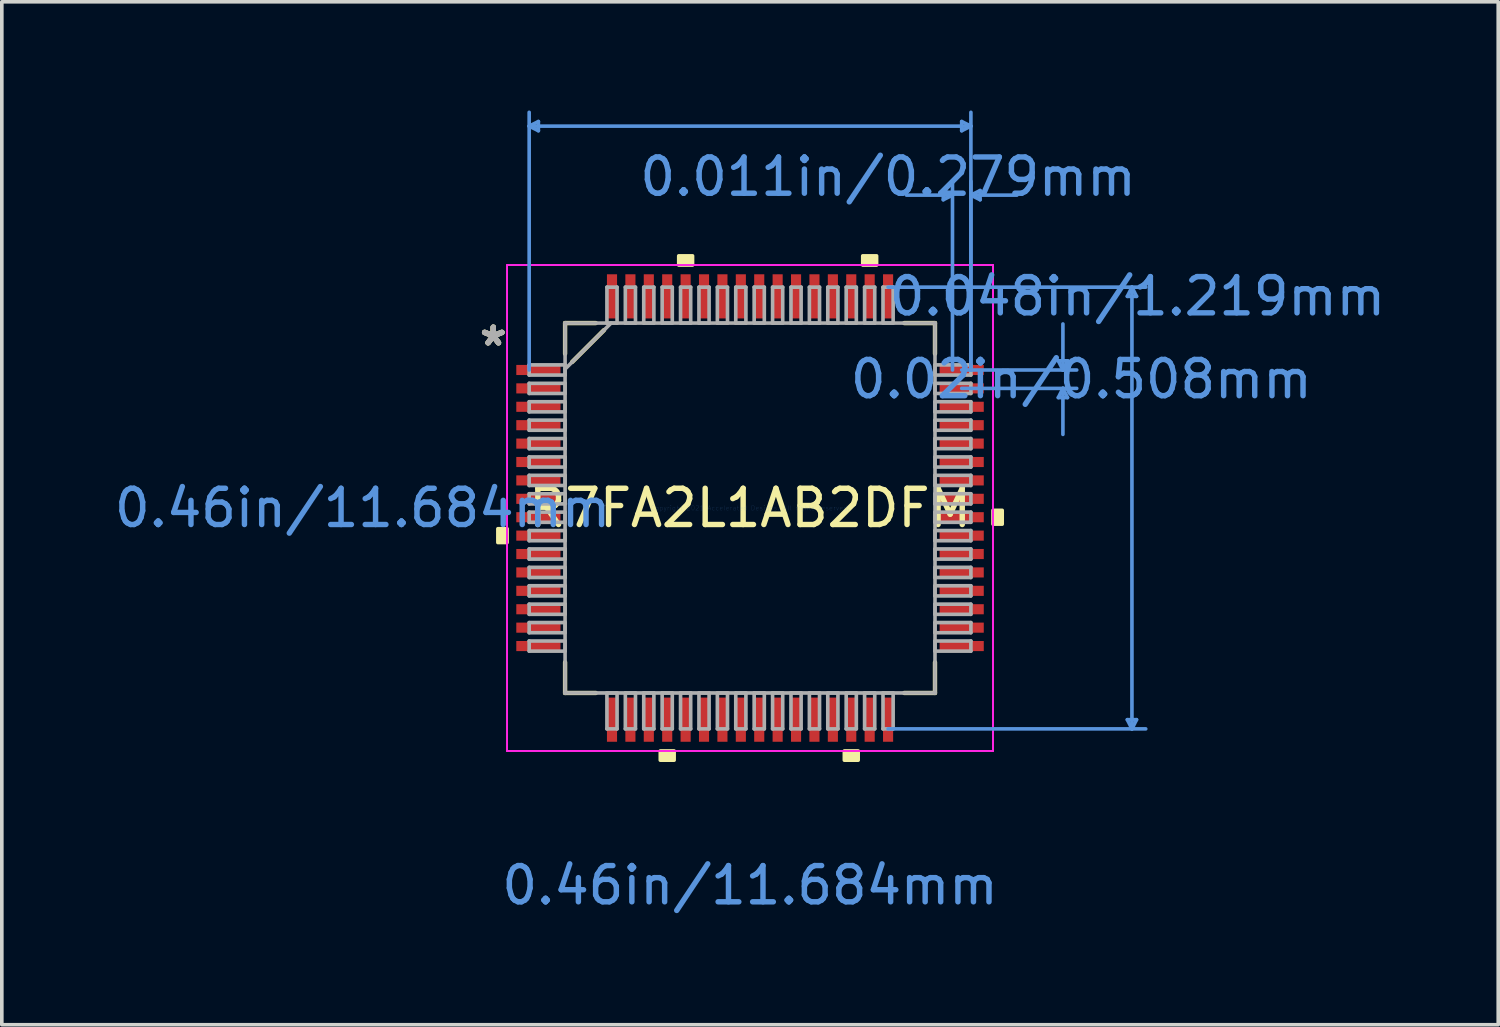
<source format=kicad_pcb>
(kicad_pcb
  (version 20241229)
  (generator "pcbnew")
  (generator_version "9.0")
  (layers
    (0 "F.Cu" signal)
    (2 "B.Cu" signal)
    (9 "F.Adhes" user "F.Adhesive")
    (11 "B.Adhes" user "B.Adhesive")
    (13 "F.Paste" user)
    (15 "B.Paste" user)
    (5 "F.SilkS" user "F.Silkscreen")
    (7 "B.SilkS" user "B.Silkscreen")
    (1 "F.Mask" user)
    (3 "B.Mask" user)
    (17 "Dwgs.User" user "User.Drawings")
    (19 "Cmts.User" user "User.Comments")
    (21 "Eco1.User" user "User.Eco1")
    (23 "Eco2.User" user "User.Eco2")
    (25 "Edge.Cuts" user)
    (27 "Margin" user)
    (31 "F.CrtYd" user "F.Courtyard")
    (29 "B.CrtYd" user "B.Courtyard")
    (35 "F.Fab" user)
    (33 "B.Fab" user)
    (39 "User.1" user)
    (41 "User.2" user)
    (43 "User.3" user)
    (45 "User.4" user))
  (footprint "R7FA2L1AB2DFM"
    (layer "F.Cu")
    (at 17.652 10.972)
    (property "Reference" "R7FA2L1AB2DFM" (at 0 0 0) (layer "F.SilkS") (effects (font (size 1 1) (thickness 0.15))))
    (attr through_hole)
    (fp_line (start -5.105 -5.105) (end -5.105 -4.257) (stroke (width 0.12) (type solid)) (layer "F.SilkS"))
    (fp_line (start -5.105 4.257) (end -5.105 5.105) (stroke (width 0.12) (type solid)) (layer "F.SilkS"))
    (fp_line (start -5.105 5.105) (end -4.257 5.105) (stroke (width 0.12) (type solid)) (layer "F.SilkS"))
    (fp_line (start -4.91 -4.031) (end -4.031 -4.91) (stroke (width 0.12) (type solid)) (layer "F.SilkS"))
    (fp_line (start -4.257 -5.105) (end -5.105 -5.105) (stroke (width 0.12) (type solid)) (layer "F.SilkS"))
    (fp_line (start 4.257 5.105) (end 5.105 5.105) (stroke (width 0.12) (type solid)) (layer "F.SilkS"))
    (fp_line (start 5.105 -5.105) (end 4.257 -5.105) (stroke (width 0.12) (type solid)) (layer "F.SilkS"))
    (fp_line (start 5.105 -4.257) (end 5.105 -5.105) (stroke (width 0.12) (type solid)) (layer "F.SilkS"))
    (fp_line (start 5.105 5.105) (end 5.105 4.257) (stroke (width 0.12) (type solid)) (layer "F.SilkS"))
    (fp_poly (pts (xy -6.96 0.572) (xy -6.96 0.953) (xy -6.706 0.953) (xy -6.706 0.572)) (stroke (width 0.1) (type solid)) (fill yes) (layer "F.SilkS"))
    (fp_poly (pts (xy -2.477 6.706) (xy -2.477 6.96) (xy -2.095 6.96) (xy -2.095 6.706)) (stroke (width 0.1) (type solid)) (fill yes) (layer "F.SilkS"))
    (fp_poly (pts (xy -1.968 -6.706) (xy -1.968 -6.96) (xy -1.587 -6.96) (xy -1.587 -6.706)) (stroke (width 0.1) (type solid)) (fill yes) (layer "F.SilkS"))
    (fp_poly (pts (xy 2.603 6.706) (xy 2.603 6.96) (xy 2.985 6.96) (xy 2.985 6.706)) (stroke (width 0.1) (type solid)) (fill yes) (layer "F.SilkS"))
    (fp_poly (pts (xy 3.111 -6.706) (xy 3.111 -6.96) (xy 3.493 -6.96) (xy 3.493 -6.706)) (stroke (width 0.1) (type solid)) (fill yes) (layer "F.SilkS"))
    (fp_poly (pts (xy 6.96 0.064) (xy 6.96 0.445) (xy 6.706 0.445) (xy 6.706 0.064)) (stroke (width 0.1) (type solid)) (fill yes) (layer "F.SilkS"))
    (fp_line (start -6.096 -10.541) (end -5.842 -10.668) (stroke (width 0.1) (type solid)) (layer "Cmts.User"))
    (fp_line (start -6.096 -10.541) (end -5.842 -10.414) (stroke (width 0.1) (type solid)) (layer "Cmts.User"))
    (fp_line (start -6.096 -10.541) (end 6.096 -10.541) (stroke (width 0.1) (type solid)) (layer "Cmts.User"))
    (fp_line (start -6.096 -3.81) (end -6.096 -10.922) (stroke (width 0.1) (type solid)) (layer "Cmts.User"))
    (fp_line (start -5.842 -10.668) (end -5.842 -10.414) (stroke (width 0.1) (type solid)) (layer "Cmts.User"))
    (fp_line (start 3.81 -6.096) (end 10.922 -6.096) (stroke (width 0.1) (type solid)) (layer "Cmts.User"))
    (fp_line (start 3.81 6.096) (end 10.922 6.096) (stroke (width 0.1) (type solid)) (layer "Cmts.User"))
    (fp_line (start 5.334 -8.763) (end 5.334 -8.509) (stroke (width 0.1) (type solid)) (layer "Cmts.User"))
    (fp_line (start 5.588 -8.636) (end 4.318 -8.636) (stroke (width 0.1) (type solid)) (layer "Cmts.User"))
    (fp_line (start 5.588 -8.636) (end 5.334 -8.763) (stroke (width 0.1) (type solid)) (layer "Cmts.User"))
    (fp_line (start 5.588 -8.636) (end 5.334 -8.509) (stroke (width 0.1) (type solid)) (layer "Cmts.User"))
    (fp_line (start 5.588 -3.81) (end 5.588 -9.017) (stroke (width 0.1) (type solid)) (layer "Cmts.User"))
    (fp_line (start 5.842 -10.668) (end 5.842 -10.414) (stroke (width 0.1) (type solid)) (layer "Cmts.User"))
    (fp_line (start 5.842 -3.81) (end 9.017 -3.81) (stroke (width 0.1) (type solid)) (layer "Cmts.User"))
    (fp_line (start 5.842 -3.302) (end 9.017 -3.302) (stroke (width 0.1) (type solid)) (layer "Cmts.User"))
    (fp_line (start 6.096 -10.541) (end 5.842 -10.668) (stroke (width 0.1) (type solid)) (layer "Cmts.User"))
    (fp_line (start 6.096 -10.541) (end 5.842 -10.414) (stroke (width 0.1) (type solid)) (layer "Cmts.User"))
    (fp_line (start 6.096 -8.636) (end 6.35 -8.763) (stroke (width 0.1) (type solid)) (layer "Cmts.User"))
    (fp_line (start 6.096 -8.636) (end 6.35 -8.509) (stroke (width 0.1) (type solid)) (layer "Cmts.User"))
    (fp_line (start 6.096 -8.636) (end 7.366 -8.636) (stroke (width 0.1) (type solid)) (layer "Cmts.User"))
    (fp_line (start 6.096 -3.81) (end 6.096 -10.922) (stroke (width 0.1) (type solid)) (layer "Cmts.User"))
    (fp_line (start 6.096 -3.81) (end 6.096 -9.017) (stroke (width 0.1) (type solid)) (layer "Cmts.User"))
    (fp_line (start 6.35 -8.763) (end 6.35 -8.509) (stroke (width 0.1) (type solid)) (layer "Cmts.User"))
    (fp_line (start 8.509 -4.064) (end 8.763 -4.064) (stroke (width 0.1) (type solid)) (layer "Cmts.User"))
    (fp_line (start 8.509 -3.048) (end 8.763 -3.048) (stroke (width 0.1) (type solid)) (layer "Cmts.User"))
    (fp_line (start 8.636 -3.81) (end 8.509 -4.064) (stroke (width 0.1) (type solid)) (layer "Cmts.User"))
    (fp_line (start 8.636 -3.81) (end 8.636 -5.08) (stroke (width 0.1) (type solid)) (layer "Cmts.User"))
    (fp_line (start 8.636 -3.81) (end 8.763 -4.064) (stroke (width 0.1) (type solid)) (layer "Cmts.User"))
    (fp_line (start 8.636 -3.302) (end 8.509 -3.048) (stroke (width 0.1) (type solid)) (layer "Cmts.User"))
    (fp_line (start 8.636 -3.302) (end 8.636 -2.032) (stroke (width 0.1) (type solid)) (layer "Cmts.User"))
    (fp_line (start 8.636 -3.302) (end 8.763 -3.048) (stroke (width 0.1) (type solid)) (layer "Cmts.User"))
    (fp_line (start 10.414 -5.842) (end 10.668 -5.842) (stroke (width 0.1) (type solid)) (layer "Cmts.User"))
    (fp_line (start 10.414 5.842) (end 10.668 5.842) (stroke (width 0.1) (type solid)) (layer "Cmts.User"))
    (fp_line (start 10.541 -6.096) (end 10.414 -5.842) (stroke (width 0.1) (type solid)) (layer "Cmts.User"))
    (fp_line (start 10.541 -6.096) (end 10.541 6.096) (stroke (width 0.1) (type solid)) (layer "Cmts.User"))
    (fp_line (start 10.541 -6.096) (end 10.668 -5.842) (stroke (width 0.1) (type solid)) (layer "Cmts.User"))
    (fp_line (start 10.541 6.096) (end 10.414 5.842) (stroke (width 0.1) (type solid)) (layer "Cmts.User"))
    (fp_line (start 10.541 6.096) (end 10.668 5.842) (stroke (width 0.1) (type solid)) (layer "Cmts.User"))
    (fp_line (start -6.706 -6.706) (end 6.706 -6.706) (stroke (width 0.05) (type solid)) (layer "F.CrtYd"))
    (fp_line (start -6.706 -6.706) (end 6.706 -6.706) (stroke (width 0.05) (type solid)) (layer "F.CrtYd"))
    (fp_line (start -6.706 6.706) (end -6.706 -6.706) (stroke (width 0.05) (type solid)) (layer "F.CrtYd"))
    (fp_line (start -6.706 6.706) (end -6.706 -6.706) (stroke (width 0.05) (type solid)) (layer "F.CrtYd"))
    (fp_line (start 6.706 -6.706) (end 6.706 6.706) (stroke (width 0.05) (type solid)) (layer "F.CrtYd"))
    (fp_line (start 6.706 -6.706) (end 6.706 6.706) (stroke (width 0.05) (type solid)) (layer "F.CrtYd"))
    (fp_line (start 6.706 6.706) (end -6.706 6.706) (stroke (width 0.05) (type solid)) (layer "F.CrtYd"))
    (fp_line (start 6.706 6.706) (end -6.706 6.706) (stroke (width 0.05) (type solid)) (layer "F.CrtYd"))
    (fp_line (start -6.096 -3.95) (end -6.096 -3.67) (stroke (width 0.1) (type solid)) (layer "F.Fab"))
    (fp_line (start -6.096 -3.67) (end -5.105 -3.67) (stroke (width 0.1) (type solid)) (layer "F.Fab"))
    (fp_line (start -6.096 -3.442) (end -6.096 -3.162) (stroke (width 0.1) (type solid)) (layer "F.Fab"))
    (fp_line (start -6.096 -3.162) (end -5.105 -3.162) (stroke (width 0.1) (type solid)) (layer "F.Fab"))
    (fp_line (start -6.096 -2.934) (end -6.096 -2.654) (stroke (width 0.1) (type solid)) (layer "F.Fab"))
    (fp_line (start -6.096 -2.654) (end -5.105 -2.654) (stroke (width 0.1) (type solid)) (layer "F.Fab"))
    (fp_line (start -6.096 -2.426) (end -6.096 -2.146) (stroke (width 0.1) (type solid)) (layer "F.Fab"))
    (fp_line (start -6.096 -2.146) (end -5.105 -2.146) (stroke (width 0.1) (type solid)) (layer "F.Fab"))
    (fp_line (start -6.096 -1.918) (end -6.096 -1.638) (stroke (width 0.1) (type solid)) (layer "F.Fab"))
    (fp_line (start -6.096 -1.638) (end -5.105 -1.638) (stroke (width 0.1) (type solid)) (layer "F.Fab"))
    (fp_line (start -6.096 -1.41) (end -6.096 -1.13) (stroke (width 0.1) (type solid)) (layer "F.Fab"))
    (fp_line (start -6.096 -1.13) (end -5.105 -1.13) (stroke (width 0.1) (type solid)) (layer "F.Fab"))
    (fp_line (start -6.096 -0.902) (end -6.096 -0.622) (stroke (width 0.1) (type solid)) (layer "F.Fab"))
    (fp_line (start -6.096 -0.622) (end -5.105 -0.622) (stroke (width 0.1) (type solid)) (layer "F.Fab"))
    (fp_line (start -6.096 -0.394) (end -6.096 -0.114) (stroke (width 0.1) (type solid)) (layer "F.Fab"))
    (fp_line (start -6.096 -0.114) (end -5.105 -0.114) (stroke (width 0.1) (type solid)) (layer "F.Fab"))
    (fp_line (start -6.096 0.114) (end -6.096 0.394) (stroke (width 0.1) (type solid)) (layer "F.Fab"))
    (fp_line (start -6.096 0.394) (end -5.105 0.394) (stroke (width 0.1) (type solid)) (layer "F.Fab"))
    (fp_line (start -6.096 0.622) (end -6.096 0.902) (stroke (width 0.1) (type solid)) (layer "F.Fab"))
    (fp_line (start -6.096 0.902) (end -5.105 0.902) (stroke (width 0.1) (type solid)) (layer "F.Fab"))
    (fp_line (start -6.096 1.13) (end -6.096 1.41) (stroke (width 0.1) (type solid)) (layer "F.Fab"))
    (fp_line (start -6.096 1.41) (end -5.105 1.41) (stroke (width 0.1) (type solid)) (layer "F.Fab"))
    (fp_line (start -6.096 1.638) (end -6.096 1.918) (stroke (width 0.1) (type solid)) (layer "F.Fab"))
    (fp_line (start -6.096 1.918) (end -5.105 1.918) (stroke (width 0.1) (type solid)) (layer "F.Fab"))
    (fp_line (start -6.096 2.146) (end -6.096 2.426) (stroke (width 0.1) (type solid)) (layer "F.Fab"))
    (fp_line (start -6.096 2.426) (end -5.105 2.426) (stroke (width 0.1) (type solid)) (layer "F.Fab"))
    (fp_line (start -6.096 2.654) (end -6.096 2.934) (stroke (width 0.1) (type solid)) (layer "F.Fab"))
    (fp_line (start -6.096 2.934) (end -5.105 2.934) (stroke (width 0.1) (type solid)) (layer "F.Fab"))
    (fp_line (start -6.096 3.162) (end -6.096 3.442) (stroke (width 0.1) (type solid)) (layer "F.Fab"))
    (fp_line (start -6.096 3.442) (end -5.105 3.442) (stroke (width 0.1) (type solid)) (layer "F.Fab"))
    (fp_line (start -6.096 3.67) (end -6.096 3.95) (stroke (width 0.1) (type solid)) (layer "F.Fab"))
    (fp_line (start -6.096 3.95) (end -5.105 3.95) (stroke (width 0.1) (type solid)) (layer "F.Fab"))
    (fp_line (start -5.105 -5.105) (end -5.105 -5.105) (stroke (width 0.1) (type solid)) (layer "F.Fab"))
    (fp_line (start -5.105 -5.105) (end -5.105 5.105) (stroke (width 0.1) (type solid)) (layer "F.Fab"))
    (fp_line (start -5.105 -3.95) (end -6.096 -3.95) (stroke (width 0.1) (type solid)) (layer "F.Fab"))
    (fp_line (start -5.105 -3.835) (end -3.835 -5.105) (stroke (width 0.1) (type solid)) (layer "F.Fab"))
    (fp_line (start -5.105 -3.67) (end -5.105 -3.95) (stroke (width 0.1) (type solid)) (layer "F.Fab"))
    (fp_line (start -5.105 -3.442) (end -6.096 -3.442) (stroke (width 0.1) (type solid)) (layer "F.Fab"))
    (fp_line (start -5.105 -3.162) (end -5.105 -3.442) (stroke (width 0.1) (type solid)) (layer "F.Fab"))
    (fp_line (start -5.105 -2.934) (end -6.096 -2.934) (stroke (width 0.1) (type solid)) (layer "F.Fab"))
    (fp_line (start -5.105 -2.654) (end -5.105 -2.934) (stroke (width 0.1) (type solid)) (layer "F.Fab"))
    (fp_line (start -5.105 -2.426) (end -6.096 -2.426) (stroke (width 0.1) (type solid)) (layer "F.Fab"))
    (fp_line (start -5.105 -2.146) (end -5.105 -2.426) (stroke (width 0.1) (type solid)) (layer "F.Fab"))
    (fp_line (start -5.105 -1.918) (end -6.096 -1.918) (stroke (width 0.1) (type solid)) (layer "F.Fab"))
    (fp_line (start -5.105 -1.638) (end -5.105 -1.918) (stroke (width 0.1) (type solid)) (layer "F.Fab"))
    (fp_line (start -5.105 -1.41) (end -6.096 -1.41) (stroke (width 0.1) (type solid)) (layer "F.Fab"))
    (fp_line (start -5.105 -1.13) (end -5.105 -1.41) (stroke (width 0.1) (type solid)) (layer "F.Fab"))
    (fp_line (start -5.105 -0.902) (end -6.096 -0.902) (stroke (width 0.1) (type solid)) (layer "F.Fab"))
    (fp_line (start -5.105 -0.622) (end -5.105 -0.902) (stroke (width 0.1) (type solid)) (layer "F.Fab"))
    (fp_line (start -5.105 -0.394) (end -6.096 -0.394) (stroke (width 0.1) (type solid)) (layer "F.Fab"))
    (fp_line (start -5.105 -0.114) (end -5.105 -0.394) (stroke (width 0.1) (type solid)) (layer "F.Fab"))
    (fp_line (start -5.105 0.114) (end -6.096 0.114) (stroke (width 0.1) (type solid)) (layer "F.Fab"))
    (fp_line (start -5.105 0.394) (end -5.105 0.114) (stroke (width 0.1) (type solid)) (layer "F.Fab"))
    (fp_line (start -5.105 0.622) (end -6.096 0.622) (stroke (width 0.1) (type solid)) (layer "F.Fab"))
    (fp_line (start -5.105 0.902) (end -5.105 0.622) (stroke (width 0.1) (type solid)) (layer "F.Fab"))
    (fp_line (start -5.105 1.13) (end -6.096 1.13) (stroke (width 0.1) (type solid)) (layer "F.Fab"))
    (fp_line (start -5.105 1.41) (end -5.105 1.13) (stroke (width 0.1) (type solid)) (layer "F.Fab"))
    (fp_line (start -5.105 1.638) (end -6.096 1.638) (stroke (width 0.1) (type solid)) (layer "F.Fab"))
    (fp_line (start -5.105 1.918) (end -5.105 1.638) (stroke (width 0.1) (type solid)) (layer "F.Fab"))
    (fp_line (start -5.105 2.146) (end -6.096 2.146) (stroke (width 0.1) (type solid)) (layer "F.Fab"))
    (fp_line (start -5.105 2.426) (end -5.105 2.146) (stroke (width 0.1) (type solid)) (layer "F.Fab"))
    (fp_line (start -5.105 2.654) (end -6.096 2.654) (stroke (width 0.1) (type solid)) (layer "F.Fab"))
    (fp_line (start -5.105 2.934) (end -5.105 2.654) (stroke (width 0.1) (type solid)) (layer "F.Fab"))
    (fp_line (start -5.105 3.162) (end -6.096 3.162) (stroke (width 0.1) (type solid)) (layer "F.Fab"))
    (fp_line (start -5.105 3.442) (end -5.105 3.162) (stroke (width 0.1) (type solid)) (layer "F.Fab"))
    (fp_line (start -5.105 3.67) (end -6.096 3.67) (stroke (width 0.1) (type solid)) (layer "F.Fab"))
    (fp_line (start -5.105 3.95) (end -5.105 3.67) (stroke (width 0.1) (type solid)) (layer "F.Fab"))
    (fp_line (start -5.105 5.105) (end -5.105 5.105) (stroke (width 0.1) (type solid)) (layer "F.Fab"))
    (fp_line (start -5.105 5.105) (end 5.105 5.105) (stroke (width 0.1) (type solid)) (layer "F.Fab"))
    (fp_line (start -3.95 -6.096) (end -3.95 -5.105) (stroke (width 0.1) (type solid)) (layer "F.Fab"))
    (fp_line (start -3.95 -5.105) (end -3.67 -5.105) (stroke (width 0.1) (type solid)) (layer "F.Fab"))
    (fp_line (start -3.95 5.105) (end -3.95 6.096) (stroke (width 0.1) (type solid)) (layer "F.Fab"))
    (fp_line (start -3.95 6.096) (end -3.67 6.096) (stroke (width 0.1) (type solid)) (layer "F.Fab"))
    (fp_line (start -3.67 -6.096) (end -3.95 -6.096) (stroke (width 0.1) (type solid)) (layer "F.Fab"))
    (fp_line (start -3.67 -5.105) (end -3.67 -6.096) (stroke (width 0.1) (type solid)) (layer "F.Fab"))
    (fp_line (start -3.67 5.105) (end -3.95 5.105) (stroke (width 0.1) (type solid)) (layer "F.Fab"))
    (fp_line (start -3.67 6.096) (end -3.67 5.105) (stroke (width 0.1) (type solid)) (layer "F.Fab"))
    (fp_line (start -3.442 -6.096) (end -3.442 -5.105) (stroke (width 0.1) (type solid)) (layer "F.Fab"))
    (fp_line (start -3.442 -5.105) (end -3.162 -5.105) (stroke (width 0.1) (type solid)) (layer "F.Fab"))
    (fp_line (start -3.442 5.105) (end -3.442 6.096) (stroke (width 0.1) (type solid)) (layer "F.Fab"))
    (fp_line (start -3.442 6.096) (end -3.162 6.096) (stroke (width 0.1) (type solid)) (layer "F.Fab"))
    (fp_line (start -3.162 -6.096) (end -3.442 -6.096) (stroke (width 0.1) (type solid)) (layer "F.Fab"))
    (fp_line (start -3.162 -5.105) (end -3.162 -6.096) (stroke (width 0.1) (type solid)) (layer "F.Fab"))
    (fp_line (start -3.162 5.105) (end -3.442 5.105) (stroke (width 0.1) (type solid)) (layer "F.Fab"))
    (fp_line (start -3.162 6.096) (end -3.162 5.105) (stroke (width 0.1) (type solid)) (layer "F.Fab"))
    (fp_line (start -2.934 -6.096) (end -2.934 -5.105) (stroke (width 0.1) (type solid)) (layer "F.Fab"))
    (fp_line (start -2.934 -5.105) (end -2.654 -5.105) (stroke (width 0.1) (type solid)) (layer "F.Fab"))
    (fp_line (start -2.934 5.105) (end -2.934 6.096) (stroke (width 0.1) (type solid)) (layer "F.Fab"))
    (fp_line (start -2.934 6.096) (end -2.654 6.096) (stroke (width 0.1) (type solid)) (layer "F.Fab"))
    (fp_line (start -2.654 -6.096) (end -2.934 -6.096) (stroke (width 0.1) (type solid)) (layer "F.Fab"))
    (fp_line (start -2.654 -5.105) (end -2.654 -6.096) (stroke (width 0.1) (type solid)) (layer "F.Fab"))
    (fp_line (start -2.654 5.105) (end -2.934 5.105) (stroke (width 0.1) (type solid)) (layer "F.Fab"))
    (fp_line (start -2.654 6.096) (end -2.654 5.105) (stroke (width 0.1) (type solid)) (layer "F.Fab"))
    (fp_line (start -2.426 -6.096) (end -2.426 -5.105) (stroke (width 0.1) (type solid)) (layer "F.Fab"))
    (fp_line (start -2.426 -5.105) (end -2.146 -5.105) (stroke (width 0.1) (type solid)) (layer "F.Fab"))
    (fp_line (start -2.426 5.105) (end -2.426 6.096) (stroke (width 0.1) (type solid)) (layer "F.Fab"))
    (fp_line (start -2.426 6.096) (end -2.146 6.096) (stroke (width 0.1) (type solid)) (layer "F.Fab"))
    (fp_line (start -2.146 -6.096) (end -2.426 -6.096) (stroke (width 0.1) (type solid)) (layer "F.Fab"))
    (fp_line (start -2.146 -5.105) (end -2.146 -6.096) (stroke (width 0.1) (type solid)) (layer "F.Fab"))
    (fp_line (start -2.146 5.105) (end -2.426 5.105) (stroke (width 0.1) (type solid)) (layer "F.Fab"))
    (fp_line (start -2.146 6.096) (end -2.146 5.105) (stroke (width 0.1) (type solid)) (layer "F.Fab"))
    (fp_line (start -1.918 -6.096) (end -1.918 -5.105) (stroke (width 0.1) (type solid)) (layer "F.Fab"))
    (fp_line (start -1.918 -5.105) (end -1.638 -5.105) (stroke (width 0.1) (type solid)) (layer "F.Fab"))
    (fp_line (start -1.918 5.105) (end -1.918 6.096) (stroke (width 0.1) (type solid)) (layer "F.Fab"))
    (fp_line (start -1.918 6.096) (end -1.638 6.096) (stroke (width 0.1) (type solid)) (layer "F.Fab"))
    (fp_line (start -1.638 -6.096) (end -1.918 -6.096) (stroke (width 0.1) (type solid)) (layer "F.Fab"))
    (fp_line (start -1.638 -5.105) (end -1.638 -6.096) (stroke (width 0.1) (type solid)) (layer "F.Fab"))
    (fp_line (start -1.638 5.105) (end -1.918 5.105) (stroke (width 0.1) (type solid)) (layer "F.Fab"))
    (fp_line (start -1.638 6.096) (end -1.638 5.105) (stroke (width 0.1) (type solid)) (layer "F.Fab"))
    (fp_line (start -1.41 -6.096) (end -1.41 -5.105) (stroke (width 0.1) (type solid)) (layer "F.Fab"))
    (fp_line (start -1.41 -5.105) (end -1.13 -5.105) (stroke (width 0.1) (type solid)) (layer "F.Fab"))
    (fp_line (start -1.41 5.105) (end -1.41 6.096) (stroke (width 0.1) (type solid)) (layer "F.Fab"))
    (fp_line (start -1.41 6.096) (end -1.13 6.096) (stroke (width 0.1) (type solid)) (layer "F.Fab"))
    (fp_line (start -1.13 -6.096) (end -1.41 -6.096) (stroke (width 0.1) (type solid)) (layer "F.Fab"))
    (fp_line (start -1.13 -5.105) (end -1.13 -6.096) (stroke (width 0.1) (type solid)) (layer "F.Fab"))
    (fp_line (start -1.13 5.105) (end -1.41 5.105) (stroke (width 0.1) (type solid)) (layer "F.Fab"))
    (fp_line (start -1.13 6.096) (end -1.13 5.105) (stroke (width 0.1) (type solid)) (layer "F.Fab"))
    (fp_line (start -0.902 -6.096) (end -0.902 -5.105) (stroke (width 0.1) (type solid)) (layer "F.Fab"))
    (fp_line (start -0.902 -5.105) (end -0.622 -5.105) (stroke (width 0.1) (type solid)) (layer "F.Fab"))
    (fp_line (start -0.902 5.105) (end -0.902 6.096) (stroke (width 0.1) (type solid)) (layer "F.Fab"))
    (fp_line (start -0.902 6.096) (end -0.622 6.096) (stroke (width 0.1) (type solid)) (layer "F.Fab"))
    (fp_line (start -0.622 -6.096) (end -0.902 -6.096) (stroke (width 0.1) (type solid)) (layer "F.Fab"))
    (fp_line (start -0.622 -5.105) (end -0.622 -6.096) (stroke (width 0.1) (type solid)) (layer "F.Fab"))
    (fp_line (start -0.622 5.105) (end -0.902 5.105) (stroke (width 0.1) (type solid)) (layer "F.Fab"))
    (fp_line (start -0.622 6.096) (end -0.622 5.105) (stroke (width 0.1) (type solid)) (layer "F.Fab"))
    (fp_line (start -0.394 -6.096) (end -0.394 -5.105) (stroke (width 0.1) (type solid)) (layer "F.Fab"))
    (fp_line (start -0.394 -5.105) (end -0.114 -5.105) (stroke (width 0.1) (type solid)) (layer "F.Fab"))
    (fp_line (start -0.394 5.105) (end -0.394 6.096) (stroke (width 0.1) (type solid)) (layer "F.Fab"))
    (fp_line (start -0.394 6.096) (end -0.114 6.096) (stroke (width 0.1) (type solid)) (layer "F.Fab"))
    (fp_line (start -0.114 -6.096) (end -0.394 -6.096) (stroke (width 0.1) (type solid)) (layer "F.Fab"))
    (fp_line (start -0.114 -5.105) (end -0.114 -6.096) (stroke (width 0.1) (type solid)) (layer "F.Fab"))
    (fp_line (start -0.114 5.105) (end -0.394 5.105) (stroke (width 0.1) (type solid)) (layer "F.Fab"))
    (fp_line (start -0.114 6.096) (end -0.114 5.105) (stroke (width 0.1) (type solid)) (layer "F.Fab"))
    (fp_line (start 0.114 -6.096) (end 0.114 -5.105) (stroke (width 0.1) (type solid)) (layer "F.Fab"))
    (fp_line (start 0.114 -5.105) (end 0.394 -5.105) (stroke (width 0.1) (type solid)) (layer "F.Fab"))
    (fp_line (start 0.114 5.105) (end 0.114 6.096) (stroke (width 0.1) (type solid)) (layer "F.Fab"))
    (fp_line (start 0.114 6.096) (end 0.394 6.096) (stroke (width 0.1) (type solid)) (layer "F.Fab"))
    (fp_line (start 0.394 -6.096) (end 0.114 -6.096) (stroke (width 0.1) (type solid)) (layer "F.Fab"))
    (fp_line (start 0.394 -5.105) (end 0.394 -6.096) (stroke (width 0.1) (type solid)) (layer "F.Fab"))
    (fp_line (start 0.394 5.105) (end 0.114 5.105) (stroke (width 0.1) (type solid)) (layer "F.Fab"))
    (fp_line (start 0.394 6.096) (end 0.394 5.105) (stroke (width 0.1) (type solid)) (layer "F.Fab"))
    (fp_line (start 0.622 -6.096) (end 0.622 -5.105) (stroke (width 0.1) (type solid)) (layer "F.Fab"))
    (fp_line (start 0.622 -5.105) (end 0.902 -5.105) (stroke (width 0.1) (type solid)) (layer "F.Fab"))
    (fp_line (start 0.622 5.105) (end 0.622 6.096) (stroke (width 0.1) (type solid)) (layer "F.Fab"))
    (fp_line (start 0.622 6.096) (end 0.902 6.096) (stroke (width 0.1) (type solid)) (layer "F.Fab"))
    (fp_line (start 0.902 -6.096) (end 0.622 -6.096) (stroke (width 0.1) (type solid)) (layer "F.Fab"))
    (fp_line (start 0.902 -5.105) (end 0.902 -6.096) (stroke (width 0.1) (type solid)) (layer "F.Fab"))
    (fp_line (start 0.902 5.105) (end 0.622 5.105) (stroke (width 0.1) (type solid)) (layer "F.Fab"))
    (fp_line (start 0.902 6.096) (end 0.902 5.105) (stroke (width 0.1) (type solid)) (layer "F.Fab"))
    (fp_line (start 1.13 -6.096) (end 1.13 -5.105) (stroke (width 0.1) (type solid)) (layer "F.Fab"))
    (fp_line (start 1.13 -5.105) (end 1.41 -5.105) (stroke (width 0.1) (type solid)) (layer "F.Fab"))
    (fp_line (start 1.13 5.105) (end 1.13 6.096) (stroke (width 0.1) (type solid)) (layer "F.Fab"))
    (fp_line (start 1.13 6.096) (end 1.41 6.096) (stroke (width 0.1) (type solid)) (layer "F.Fab"))
    (fp_line (start 1.41 -6.096) (end 1.13 -6.096) (stroke (width 0.1) (type solid)) (layer "F.Fab"))
    (fp_line (start 1.41 -5.105) (end 1.41 -6.096) (stroke (width 0.1) (type solid)) (layer "F.Fab"))
    (fp_line (start 1.41 5.105) (end 1.13 5.105) (stroke (width 0.1) (type solid)) (layer "F.Fab"))
    (fp_line (start 1.41 6.096) (end 1.41 5.105) (stroke (width 0.1) (type solid)) (layer "F.Fab"))
    (fp_line (start 1.638 -6.096) (end 1.638 -5.105) (stroke (width 0.1) (type solid)) (layer "F.Fab"))
    (fp_line (start 1.638 -5.105) (end 1.918 -5.105) (stroke (width 0.1) (type solid)) (layer "F.Fab"))
    (fp_line (start 1.638 5.105) (end 1.638 6.096) (stroke (width 0.1) (type solid)) (layer "F.Fab"))
    (fp_line (start 1.638 6.096) (end 1.918 6.096) (stroke (width 0.1) (type solid)) (layer "F.Fab"))
    (fp_line (start 1.918 -6.096) (end 1.638 -6.096) (stroke (width 0.1) (type solid)) (layer "F.Fab"))
    (fp_line (start 1.918 -5.105) (end 1.918 -6.096) (stroke (width 0.1) (type solid)) (layer "F.Fab"))
    (fp_line (start 1.918 5.105) (end 1.638 5.105) (stroke (width 0.1) (type solid)) (layer "F.Fab"))
    (fp_line (start 1.918 6.096) (end 1.918 5.105) (stroke (width 0.1) (type solid)) (layer "F.Fab"))
    (fp_line (start 2.146 -6.096) (end 2.146 -5.105) (stroke (width 0.1) (type solid)) (layer "F.Fab"))
    (fp_line (start 2.146 -5.105) (end 2.426 -5.105) (stroke (width 0.1) (type solid)) (layer "F.Fab"))
    (fp_line (start 2.146 5.105) (end 2.146 6.096) (stroke (width 0.1) (type solid)) (layer "F.Fab"))
    (fp_line (start 2.146 6.096) (end 2.426 6.096) (stroke (width 0.1) (type solid)) (layer "F.Fab"))
    (fp_line (start 2.426 -6.096) (end 2.146 -6.096) (stroke (width 0.1) (type solid)) (layer "F.Fab"))
    (fp_line (start 2.426 -5.105) (end 2.426 -6.096) (stroke (width 0.1) (type solid)) (layer "F.Fab"))
    (fp_line (start 2.426 5.105) (end 2.146 5.105) (stroke (width 0.1) (type solid)) (layer "F.Fab"))
    (fp_line (start 2.426 6.096) (end 2.426 5.105) (stroke (width 0.1) (type solid)) (layer "F.Fab"))
    (fp_line (start 2.654 -6.096) (end 2.654 -5.105) (stroke (width 0.1) (type solid)) (layer "F.Fab"))
    (fp_line (start 2.654 -5.105) (end 2.934 -5.105) (stroke (width 0.1) (type solid)) (layer "F.Fab"))
    (fp_line (start 2.654 5.105) (end 2.654 6.096) (stroke (width 0.1) (type solid)) (layer "F.Fab"))
    (fp_line (start 2.654 6.096) (end 2.934 6.096) (stroke (width 0.1) (type solid)) (layer "F.Fab"))
    (fp_line (start 2.934 -6.096) (end 2.654 -6.096) (stroke (width 0.1) (type solid)) (layer "F.Fab"))
    (fp_line (start 2.934 -5.105) (end 2.934 -6.096) (stroke (width 0.1) (type solid)) (layer "F.Fab"))
    (fp_line (start 2.934 5.105) (end 2.654 5.105) (stroke (width 0.1) (type solid)) (layer "F.Fab"))
    (fp_line (start 2.934 6.096) (end 2.934 5.105) (stroke (width 0.1) (type solid)) (layer "F.Fab"))
    (fp_line (start 3.162 -6.096) (end 3.162 -5.105) (stroke (width 0.1) (type solid)) (layer "F.Fab"))
    (fp_line (start 3.162 -5.105) (end 3.442 -5.105) (stroke (width 0.1) (type solid)) (layer "F.Fab"))
    (fp_line (start 3.162 5.105) (end 3.162 6.096) (stroke (width 0.1) (type solid)) (layer "F.Fab"))
    (fp_line (start 3.162 6.096) (end 3.442 6.096) (stroke (width 0.1) (type solid)) (layer "F.Fab"))
    (fp_line (start 3.442 -6.096) (end 3.162 -6.096) (stroke (width 0.1) (type solid)) (layer "F.Fab"))
    (fp_line (start 3.442 -5.105) (end 3.442 -6.096) (stroke (width 0.1) (type solid)) (layer "F.Fab"))
    (fp_line (start 3.442 5.105) (end 3.162 5.105) (stroke (width 0.1) (type solid)) (layer "F.Fab"))
    (fp_line (start 3.442 6.096) (end 3.442 5.105) (stroke (width 0.1) (type solid)) (layer "F.Fab"))
    (fp_line (start 3.67 -6.096) (end 3.67 -5.105) (stroke (width 0.1) (type solid)) (layer "F.Fab"))
    (fp_line (start 3.67 -5.105) (end 3.95 -5.105) (stroke (width 0.1) (type solid)) (layer "F.Fab"))
    (fp_line (start 3.67 5.105) (end 3.67 6.096) (stroke (width 0.1) (type solid)) (layer "F.Fab"))
    (fp_line (start 3.67 6.096) (end 3.95 6.096) (stroke (width 0.1) (type solid)) (layer "F.Fab"))
    (fp_line (start 3.95 -6.096) (end 3.67 -6.096) (stroke (width 0.1) (type solid)) (layer "F.Fab"))
    (fp_line (start 3.95 -5.105) (end 3.95 -6.096) (stroke (width 0.1) (type solid)) (layer "F.Fab"))
    (fp_line (start 3.95 5.105) (end 3.67 5.105) (stroke (width 0.1) (type solid)) (layer "F.Fab"))
    (fp_line (start 3.95 6.096) (end 3.95 5.105) (stroke (width 0.1) (type solid)) (layer "F.Fab"))
    (fp_line (start 5.105 -5.105) (end -5.105 -5.105) (stroke (width 0.1) (type solid)) (layer "F.Fab"))
    (fp_line (start 5.105 -5.105) (end 5.105 -5.105) (stroke (width 0.1) (type solid)) (layer "F.Fab"))
    (fp_line (start 5.105 -3.95) (end 5.105 -3.67) (stroke (width 0.1) (type solid)) (layer "F.Fab"))
    (fp_line (start 5.105 -3.67) (end 6.096 -3.67) (stroke (width 0.1) (type solid)) (layer "F.Fab"))
    (fp_line (start 5.105 -3.442) (end 5.105 -3.162) (stroke (width 0.1) (type solid)) (layer "F.Fab"))
    (fp_line (start 5.105 -3.162) (end 6.096 -3.162) (stroke (width 0.1) (type solid)) (layer "F.Fab"))
    (fp_line (start 5.105 -2.934) (end 5.105 -2.654) (stroke (width 0.1) (type solid)) (layer "F.Fab"))
    (fp_line (start 5.105 -2.654) (end 6.096 -2.654) (stroke (width 0.1) (type solid)) (layer "F.Fab"))
    (fp_line (start 5.105 -2.426) (end 5.105 -2.146) (stroke (width 0.1) (type solid)) (layer "F.Fab"))
    (fp_line (start 5.105 -2.146) (end 6.096 -2.146) (stroke (width 0.1) (type solid)) (layer "F.Fab"))
    (fp_line (start 5.105 -1.918) (end 5.105 -1.638) (stroke (width 0.1) (type solid)) (layer "F.Fab"))
    (fp_line (start 5.105 -1.638) (end 6.096 -1.638) (stroke (width 0.1) (type solid)) (layer "F.Fab"))
    (fp_line (start 5.105 -1.41) (end 5.105 -1.13) (stroke (width 0.1) (type solid)) (layer "F.Fab"))
    (fp_line (start 5.105 -1.13) (end 6.096 -1.13) (stroke (width 0.1) (type solid)) (layer "F.Fab"))
    (fp_line (start 5.105 -0.902) (end 5.105 -0.622) (stroke (width 0.1) (type solid)) (layer "F.Fab"))
    (fp_line (start 5.105 -0.622) (end 6.096 -0.622) (stroke (width 0.1) (type solid)) (layer "F.Fab"))
    (fp_line (start 5.105 -0.394) (end 5.105 -0.114) (stroke (width 0.1) (type solid)) (layer "F.Fab"))
    (fp_line (start 5.105 -0.114) (end 6.096 -0.114) (stroke (width 0.1) (type solid)) (layer "F.Fab"))
    (fp_line (start 5.105 0.114) (end 5.105 0.394) (stroke (width 0.1) (type solid)) (layer "F.Fab"))
    (fp_line (start 5.105 0.394) (end 6.096 0.394) (stroke (width 0.1) (type solid)) (layer "F.Fab"))
    (fp_line (start 5.105 0.622) (end 5.105 0.902) (stroke (width 0.1) (type solid)) (layer "F.Fab"))
    (fp_line (start 5.105 0.902) (end 6.096 0.902) (stroke (width 0.1) (type solid)) (layer "F.Fab"))
    (fp_line (start 5.105 1.13) (end 5.105 1.41) (stroke (width 0.1) (type solid)) (layer "F.Fab"))
    (fp_line (start 5.105 1.41) (end 6.096 1.41) (stroke (width 0.1) (type solid)) (layer "F.Fab"))
    (fp_line (start 5.105 1.638) (end 5.105 1.918) (stroke (width 0.1) (type solid)) (layer "F.Fab"))
    (fp_line (start 5.105 1.918) (end 6.096 1.918) (stroke (width 0.1) (type solid)) (layer "F.Fab"))
    (fp_line (start 5.105 2.146) (end 5.105 2.426) (stroke (width 0.1) (type solid)) (layer "F.Fab"))
    (fp_line (start 5.105 2.426) (end 6.096 2.426) (stroke (width 0.1) (type solid)) (layer "F.Fab"))
    (fp_line (start 5.105 2.654) (end 5.105 2.934) (stroke (width 0.1) (type solid)) (layer "F.Fab"))
    (fp_line (start 5.105 2.934) (end 6.096 2.934) (stroke (width 0.1) (type solid)) (layer "F.Fab"))
    (fp_line (start 5.105 3.162) (end 5.105 3.442) (stroke (width 0.1) (type solid)) (layer "F.Fab"))
    (fp_line (start 5.105 3.442) (end 6.096 3.442) (stroke (width 0.1) (type solid)) (layer "F.Fab"))
    (fp_line (start 5.105 3.67) (end 5.105 3.95) (stroke (width 0.1) (type solid)) (layer "F.Fab"))
    (fp_line (start 5.105 3.95) (end 6.096 3.95) (stroke (width 0.1) (type solid)) (layer "F.Fab"))
    (fp_line (start 5.105 5.105) (end 5.105 -5.105) (stroke (width 0.1) (type solid)) (layer "F.Fab"))
    (fp_line (start 5.105 5.105) (end 5.105 5.105) (stroke (width 0.1) (type solid)) (layer "F.Fab"))
    (fp_line (start 6.096 -3.95) (end 5.105 -3.95) (stroke (width 0.1) (type solid)) (layer "F.Fab"))
    (fp_line (start 6.096 -3.67) (end 6.096 -3.95) (stroke (width 0.1) (type solid)) (layer "F.Fab"))
    (fp_line (start 6.096 -3.442) (end 5.105 -3.442) (stroke (width 0.1) (type solid)) (layer "F.Fab"))
    (fp_line (start 6.096 -3.162) (end 6.096 -3.442) (stroke (width 0.1) (type solid)) (layer "F.Fab"))
    (fp_line (start 6.096 -2.934) (end 5.105 -2.934) (stroke (width 0.1) (type solid)) (layer "F.Fab"))
    (fp_line (start 6.096 -2.654) (end 6.096 -2.934) (stroke (width 0.1) (type solid)) (layer "F.Fab"))
    (fp_line (start 6.096 -2.426) (end 5.105 -2.426) (stroke (width 0.1) (type solid)) (layer "F.Fab"))
    (fp_line (start 6.096 -2.146) (end 6.096 -2.426) (stroke (width 0.1) (type solid)) (layer "F.Fab"))
    (fp_line (start 6.096 -1.918) (end 5.105 -1.918) (stroke (width 0.1) (type solid)) (layer "F.Fab"))
    (fp_line (start 6.096 -1.638) (end 6.096 -1.918) (stroke (width 0.1) (type solid)) (layer "F.Fab"))
    (fp_line (start 6.096 -1.41) (end 5.105 -1.41) (stroke (width 0.1) (type solid)) (layer "F.Fab"))
    (fp_line (start 6.096 -1.13) (end 6.096 -1.41) (stroke (width 0.1) (type solid)) (layer "F.Fab"))
    (fp_line (start 6.096 -0.902) (end 5.105 -0.902) (stroke (width 0.1) (type solid)) (layer "F.Fab"))
    (fp_line (start 6.096 -0.622) (end 6.096 -0.902) (stroke (width 0.1) (type solid)) (layer "F.Fab"))
    (fp_line (start 6.096 -0.394) (end 5.105 -0.394) (stroke (width 0.1) (type solid)) (layer "F.Fab"))
    (fp_line (start 6.096 -0.114) (end 6.096 -0.394) (stroke (width 0.1) (type solid)) (layer "F.Fab"))
    (fp_line (start 6.096 0.114) (end 5.105 0.114) (stroke (width 0.1) (type solid)) (layer "F.Fab"))
    (fp_line (start 6.096 0.394) (end 6.096 0.114) (stroke (width 0.1) (type solid)) (layer "F.Fab"))
    (fp_line (start 6.096 0.622) (end 5.105 0.622) (stroke (width 0.1) (type solid)) (layer "F.Fab"))
    (fp_line (start 6.096 0.902) (end 6.096 0.622) (stroke (width 0.1) (type solid)) (layer "F.Fab"))
    (fp_line (start 6.096 1.13) (end 5.105 1.13) (stroke (width 0.1) (type solid)) (layer "F.Fab"))
    (fp_line (start 6.096 1.41) (end 6.096 1.13) (stroke (width 0.1) (type solid)) (layer "F.Fab"))
    (fp_line (start 6.096 1.638) (end 5.105 1.638) (stroke (width 0.1) (type solid)) (layer "F.Fab"))
    (fp_line (start 6.096 1.918) (end 6.096 1.638) (stroke (width 0.1) (type solid)) (layer "F.Fab"))
    (fp_line (start 6.096 2.146) (end 5.105 2.146) (stroke (width 0.1) (type solid)) (layer "F.Fab"))
    (fp_line (start 6.096 2.426) (end 6.096 2.146) (stroke (width 0.1) (type solid)) (layer "F.Fab"))
    (fp_line (start 6.096 2.654) (end 5.105 2.654) (stroke (width 0.1) (type solid)) (layer "F.Fab"))
    (fp_line (start 6.096 2.934) (end 6.096 2.654) (stroke (width 0.1) (type solid)) (layer "F.Fab"))
    (fp_line (start 6.096 3.162) (end 5.105 3.162) (stroke (width 0.1) (type solid)) (layer "F.Fab"))
    (fp_line (start 6.096 3.442) (end 6.096 3.162) (stroke (width 0.1) (type solid)) (layer "F.Fab"))
    (fp_line (start 6.096 3.67) (end 5.105 3.67) (stroke (width 0.1) (type solid)) (layer "F.Fab"))
    (fp_line (start 6.096 3.95) (end 6.096 3.67) (stroke (width 0.1) (type solid)) (layer "F.Fab"))
    (fp_text user "*" (at -7.087 -4.445 0) (layer "F.SilkS") (effects (font (size 1 1) (thickness 0.15))))
    (fp_text user "*" (at -7.087 -4.445 0) (layer "F.SilkS") (effects (font (size 1 1) (thickness 0.15))))
    (fp_text user "0.46in/11.684mm" (at 0 10.414 0) (layer "Cmts.User") (effects (font (size 1 1) (thickness 0.15))))
    (fp_text user "0.048in/1.219mm" (at 10.693 -5.842 0) (layer "Cmts.User") (effects (font (size 1 1) (thickness 0.15))))
    (fp_text user "0.011in/0.279mm" (at 3.81 -9.144 0) (layer "Cmts.User") (effects (font (size 1 1) (thickness 0.15))))
    (fp_text user "0.46in/11.684mm" (at -10.693 0 0) (layer "Cmts.User") (effects (font (size 1 1) (thickness 0.15))))
    (fp_text user "Copyright 2021 Accelerated Designs. All rights reserved." (at 0 0 0) (layer "Cmts.User") (effects (font (size 0.127 0.127) (thickness 0.002))))
    (fp_text user "0.02in/0.508mm" (at 9.144 -3.556 0) (layer "Cmts.User") (effects (font (size 1 1) (thickness 0.15))))
    (fp_text user "*" (at -7.087 -4.445 0) (layer "F.Fab") (effects (font (size 1 1) (thickness 0.15))))
    (fp_text user "*" (at -7.087 -4.445 0) (layer "F.Fab") (effects (font (size 1 1) (thickness 0.15))))
    (pad "1" smd rect (at -5.842 -3.81 90) (size 0.279 1.219) (layers "F.Cu" "F.Mask" "F.Paste"))
    (pad "2" smd rect (at -5.842 -3.302 90) (size 0.279 1.219) (layers "F.Cu" "F.Mask" "F.Paste"))
    (pad "3" smd rect (at -5.842 -2.794 90) (size 0.279 1.219) (layers "F.Cu" "F.Mask" "F.Paste"))
    (pad "4" smd rect (at -5.842 -2.286 90) (size 0.279 1.219) (layers "F.Cu" "F.Mask" "F.Paste"))
    (pad "5" smd rect (at -5.842 -1.778 90) (size 0.279 1.219) (layers "F.Cu" "F.Mask" "F.Paste"))
    (pad "6" smd rect (at -5.842 -1.27 90) (size 0.279 1.219) (layers "F.Cu" "F.Mask" "F.Paste"))
    (pad "7" smd rect (at -5.842 -0.762 90) (size 0.279 1.219) (layers "F.Cu" "F.Mask" "F.Paste"))
    (pad "8" smd rect (at -5.842 -0.254 90) (size 0.279 1.219) (layers "F.Cu" "F.Mask" "F.Paste"))
    (pad "9" smd rect (at -5.842 0.254 90) (size 0.279 1.219) (layers "F.Cu" "F.Mask" "F.Paste"))
    (pad "10" smd rect (at -5.842 0.762 90) (size 0.279 1.219) (layers "F.Cu" "F.Mask" "F.Paste"))
    (pad "11" smd rect (at -5.842 1.27 90) (size 0.279 1.219) (layers "F.Cu" "F.Mask" "F.Paste"))
    (pad "12" smd rect (at -5.842 1.778 90) (size 0.279 1.219) (layers "F.Cu" "F.Mask" "F.Paste"))
    (pad "13" smd rect (at -5.842 2.286 90) (size 0.279 1.219) (layers "F.Cu" "F.Mask" "F.Paste"))
    (pad "14" smd rect (at -5.842 2.794 90) (size 0.279 1.219) (layers "F.Cu" "F.Mask" "F.Paste"))
    (pad "15" smd rect (at -5.842 3.302 90) (size 0.279 1.219) (layers "F.Cu" "F.Mask" "F.Paste"))
    (pad "16" smd rect (at -5.842 3.81 90) (size 0.279 1.219) (layers "F.Cu" "F.Mask" "F.Paste"))
    (pad "17" smd rect (at -3.81 5.842) (size 0.279 1.219) (layers "F.Cu" "F.Mask" "F.Paste"))
    (pad "18" smd rect (at -3.302 5.842) (size 0.279 1.219) (layers "F.Cu" "F.Mask" "F.Paste"))
    (pad "19" smd rect (at -2.794 5.842) (size 0.279 1.219) (layers "F.Cu" "F.Mask" "F.Paste"))
    (pad "20" smd rect (at -2.286 5.842) (size 0.279 1.219) (layers "F.Cu" "F.Mask" "F.Paste"))
    (pad "21" smd rect (at -1.778 5.842) (size 0.279 1.219) (layers "F.Cu" "F.Mask" "F.Paste"))
    (pad "22" smd rect (at -1.27 5.842) (size 0.279 1.219) (layers "F.Cu" "F.Mask" "F.Paste"))
    (pad "23" smd rect (at -0.762 5.842) (size 0.279 1.219) (layers "F.Cu" "F.Mask" "F.Paste"))
    (pad "24" smd rect (at -0.254 5.842) (size 0.279 1.219) (layers "F.Cu" "F.Mask" "F.Paste"))
    (pad "25" smd rect (at 0.254 5.842) (size 0.279 1.219) (layers "F.Cu" "F.Mask" "F.Paste"))
    (pad "26" smd rect (at 0.762 5.842) (size 0.279 1.219) (layers "F.Cu" "F.Mask" "F.Paste"))
    (pad "27" smd rect (at 1.27 5.842) (size 0.279 1.219) (layers "F.Cu" "F.Mask" "F.Paste"))
    (pad "28" smd rect (at 1.778 5.842) (size 0.279 1.219) (layers "F.Cu" "F.Mask" "F.Paste"))
    (pad "29" smd rect (at 2.286 5.842) (size 0.279 1.219) (layers "F.Cu" "F.Mask" "F.Paste"))
    (pad "30" smd rect (at 2.794 5.842) (size 0.279 1.219) (layers "F.Cu" "F.Mask" "F.Paste"))
    (pad "31" smd rect (at 3.302 5.842) (size 0.279 1.219) (layers "F.Cu" "F.Mask" "F.Paste"))
    (pad "32" smd rect (at 3.81 5.842) (size 0.279 1.219) (layers "F.Cu" "F.Mask" "F.Paste"))
    (pad "33" smd rect (at 5.842 3.81 90) (size 0.279 1.219) (layers "F.Cu" "F.Mask" "F.Paste"))
    (pad "34" smd rect (at 5.842 3.302 90) (size 0.279 1.219) (layers "F.Cu" "F.Mask" "F.Paste"))
    (pad "35" smd rect (at 5.842 2.794 90) (size 0.279 1.219) (layers "F.Cu" "F.Mask" "F.Paste"))
    (pad "36" smd rect (at 5.842 2.286 90) (size 0.279 1.219) (layers "F.Cu" "F.Mask" "F.Paste"))
    (pad "37" smd rect (at 5.842 1.778 90) (size 0.279 1.219) (layers "F.Cu" "F.Mask" "F.Paste"))
    (pad "38" smd rect (at 5.842 1.27 90) (size 0.279 1.219) (layers "F.Cu" "F.Mask" "F.Paste"))
    (pad "39" smd rect (at 5.842 0.762 90) (size 0.279 1.219) (layers "F.Cu" "F.Mask" "F.Paste"))
    (pad "40" smd rect (at 5.842 0.254 90) (size 0.279 1.219) (layers "F.Cu" "F.Mask" "F.Paste"))
    (pad "41" smd rect (at 5.842 -0.254 90) (size 0.279 1.219) (layers "F.Cu" "F.Mask" "F.Paste"))
    (pad "42" smd rect (at 5.842 -0.762 90) (size 0.279 1.219) (layers "F.Cu" "F.Mask" "F.Paste"))
    (pad "43" smd rect (at 5.842 -1.27 90) (size 0.279 1.219) (layers "F.Cu" "F.Mask" "F.Paste"))
    (pad "44" smd rect (at 5.842 -1.778 90) (size 0.279 1.219) (layers "F.Cu" "F.Mask" "F.Paste"))
    (pad "45" smd rect (at 5.842 -2.286 90) (size 0.279 1.219) (layers "F.Cu" "F.Mask" "F.Paste"))
    (pad "46" smd rect (at 5.842 -2.794 90) (size 0.279 1.219) (layers "F.Cu" "F.Mask" "F.Paste"))
    (pad "47" smd rect (at 5.842 -3.302 90) (size 0.279 1.219) (layers "F.Cu" "F.Mask" "F.Paste"))
    (pad "48" smd rect (at 5.842 -3.81 90) (size 0.279 1.219) (layers "F.Cu" "F.Mask" "F.Paste"))
    (pad "49" smd rect (at 3.81 -5.842) (size 0.279 1.219) (layers "F.Cu" "F.Mask" "F.Paste"))
    (pad "50" smd rect (at 3.302 -5.842) (size 0.279 1.219) (layers "F.Cu" "F.Mask" "F.Paste"))
    (pad "51" smd rect (at 2.794 -5.842) (size 0.279 1.219) (layers "F.Cu" "F.Mask" "F.Paste"))
    (pad "52" smd rect (at 2.286 -5.842) (size 0.279 1.219) (layers "F.Cu" "F.Mask" "F.Paste"))
    (pad "53" smd rect (at 1.778 -5.842) (size 0.279 1.219) (layers "F.Cu" "F.Mask" "F.Paste"))
    (pad "54" smd rect (at 1.27 -5.842) (size 0.279 1.219) (layers "F.Cu" "F.Mask" "F.Paste"))
    (pad "55" smd rect (at 0.762 -5.842) (size 0.279 1.219) (layers "F.Cu" "F.Mask" "F.Paste"))
    (pad "56" smd rect (at 0.254 -5.842) (size 0.279 1.219) (layers "F.Cu" "F.Mask" "F.Paste"))
    (pad "57" smd rect (at -0.254 -5.842) (size 0.279 1.219) (layers "F.Cu" "F.Mask" "F.Paste"))
    (pad "58" smd rect (at -0.762 -5.842) (size 0.279 1.219) (layers "F.Cu" "F.Mask" "F.Paste"))
    (pad "59" smd rect (at -1.27 -5.842) (size 0.279 1.219) (layers "F.Cu" "F.Mask" "F.Paste"))
    (pad "60" smd rect (at -1.778 -5.842) (size 0.279 1.219) (layers "F.Cu" "F.Mask" "F.Paste"))
    (pad "61" smd rect (at -2.286 -5.842) (size 0.279 1.219) (layers "F.Cu" "F.Mask" "F.Paste"))
    (pad "62" smd rect (at -2.794 -5.842) (size 0.279 1.219) (layers "F.Cu" "F.Mask" "F.Paste"))
    (pad "63" smd rect (at -3.302 -5.842) (size 0.279 1.219) (layers "F.Cu" "F.Mask" "F.Paste"))
    (pad "64" smd rect (at -3.81 -5.842) (size 0.279 1.219) (layers "F.Cu" "F.Mask" "F.Paste")))
  (gr_rect
    (start -3 -3)
    (end 38.303 25.234)
    (stroke (width 0.1) (type default))
    (fill no)
    (layer "Edge.Cuts")))
</source>
